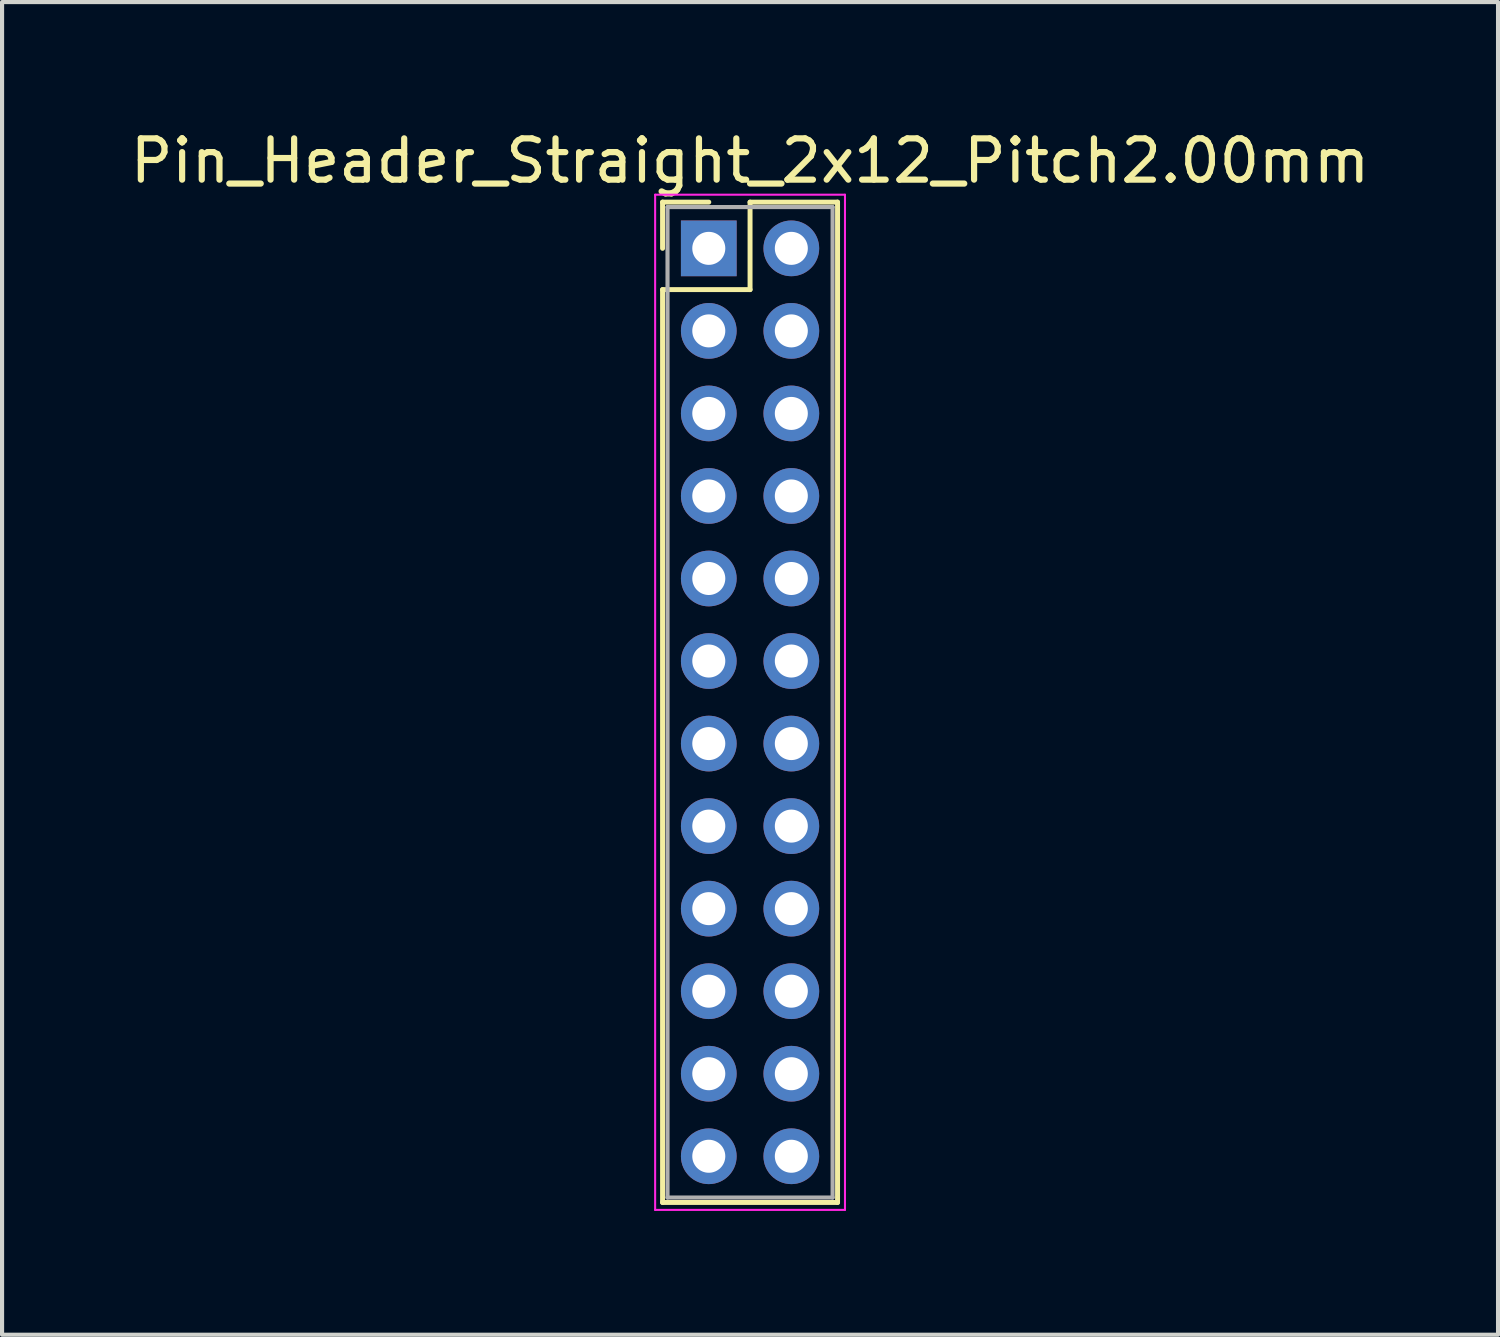
<source format=kicad_pcb>
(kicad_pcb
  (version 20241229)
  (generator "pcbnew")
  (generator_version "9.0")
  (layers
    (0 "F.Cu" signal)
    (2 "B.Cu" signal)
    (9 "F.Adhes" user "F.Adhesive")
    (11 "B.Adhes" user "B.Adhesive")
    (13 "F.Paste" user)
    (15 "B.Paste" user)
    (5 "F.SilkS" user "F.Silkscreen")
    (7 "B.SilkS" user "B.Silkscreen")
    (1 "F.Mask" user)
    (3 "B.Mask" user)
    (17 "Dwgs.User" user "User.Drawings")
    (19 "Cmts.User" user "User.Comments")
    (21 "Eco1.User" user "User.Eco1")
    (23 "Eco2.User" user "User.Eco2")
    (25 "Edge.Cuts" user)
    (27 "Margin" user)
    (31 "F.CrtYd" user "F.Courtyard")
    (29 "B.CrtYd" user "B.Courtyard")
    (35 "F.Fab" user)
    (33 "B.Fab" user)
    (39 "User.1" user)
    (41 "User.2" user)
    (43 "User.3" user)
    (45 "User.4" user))
  (footprint "Pin_Header_Straight_2x12_Pitch2.00mm"
    (layer "F.Cu")
    (at 14.125 2.968)
    (property "Reference" "Pin_Header_Straight_2x12_Pitch2.00mm" (at 1 -2.12 0) (layer "F.SilkS") (effects (font (size 1 1) (thickness 0.15))))
    (attr through_hole)
    (fp_line (start -1.12 -1.12) (end 0 -1.12) (stroke (width 0.12) (type solid)) (layer "F.SilkS"))
    (fp_line (start -1.12 0) (end -1.12 -1.12) (stroke (width 0.12) (type solid)) (layer "F.SilkS"))
    (fp_line (start -1.12 1) (end -1.12 23.12) (stroke (width 0.12) (type solid)) (layer "F.SilkS"))
    (fp_line (start -1.12 23.12) (end 3.12 23.12) (stroke (width 0.12) (type solid)) (layer "F.SilkS"))
    (fp_line (start 1 -1.12) (end 1 1) (stroke (width 0.12) (type solid)) (layer "F.SilkS"))
    (fp_line (start 1 1) (end -1.12 1) (stroke (width 0.12) (type solid)) (layer "F.SilkS"))
    (fp_line (start 3.12 -1.12) (end 1 -1.12) (stroke (width 0.12) (type solid)) (layer "F.SilkS"))
    (fp_line (start 3.12 23.12) (end 3.12 -1.12) (stroke (width 0.12) (type solid)) (layer "F.SilkS"))
    (fp_line (start -1.3 -1.3) (end -1.3 23.3) (stroke (width 0.05) (type solid)) (layer "F.CrtYd"))
    (fp_line (start -1.3 23.3) (end 3.3 23.3) (stroke (width 0.05) (type solid)) (layer "F.CrtYd"))
    (fp_line (start 3.3 -1.3) (end -1.3 -1.3) (stroke (width 0.05) (type solid)) (layer "F.CrtYd"))
    (fp_line (start 3.3 23.3) (end 3.3 -1.3) (stroke (width 0.05) (type solid)) (layer "F.CrtYd"))
    (fp_line (start -1 -1) (end -1 23) (stroke (width 0.1) (type solid)) (layer "F.Fab"))
    (fp_line (start -1 23) (end 3 23) (stroke (width 0.1) (type solid)) (layer "F.Fab"))
    (fp_line (start 3 -1) (end -1 -1) (stroke (width 0.1) (type solid)) (layer "F.Fab"))
    (fp_line (start 3 23) (end 3 -1) (stroke (width 0.1) (type solid)) (layer "F.Fab"))
    (pad "1" thru_hole rect (at 0 0) (size 1.35 1.35) (drill 0.8) (layers "*.Cu" "*.Mask"))
    (pad "2" thru_hole oval (at 2 0) (size 1.35 1.35) (drill 0.8) (layers "*.Cu" "*.Mask"))
    (pad "3" thru_hole oval (at 0 2) (size 1.35 1.35) (drill 0.8) (layers "*.Cu" "*.Mask"))
    (pad "4" thru_hole oval (at 2 2) (size 1.35 1.35) (drill 0.8) (layers "*.Cu" "*.Mask"))
    (pad "5" thru_hole oval (at 0 4) (size 1.35 1.35) (drill 0.8) (layers "*.Cu" "*.Mask"))
    (pad "6" thru_hole oval (at 2 4) (size 1.35 1.35) (drill 0.8) (layers "*.Cu" "*.Mask"))
    (pad "7" thru_hole oval (at 0 6) (size 1.35 1.35) (drill 0.8) (layers "*.Cu" "*.Mask"))
    (pad "8" thru_hole oval (at 2 6) (size 1.35 1.35) (drill 0.8) (layers "*.Cu" "*.Mask"))
    (pad "9" thru_hole oval (at 0 8) (size 1.35 1.35) (drill 0.8) (layers "*.Cu" "*.Mask"))
    (pad "10" thru_hole oval (at 2 8) (size 1.35 1.35) (drill 0.8) (layers "*.Cu" "*.Mask"))
    (pad "11" thru_hole oval (at 0 10) (size 1.35 1.35) (drill 0.8) (layers "*.Cu" "*.Mask"))
    (pad "12" thru_hole oval (at 2 10) (size 1.35 1.35) (drill 0.8) (layers "*.Cu" "*.Mask"))
    (pad "13" thru_hole oval (at 0 12) (size 1.35 1.35) (drill 0.8) (layers "*.Cu" "*.Mask"))
    (pad "14" thru_hole oval (at 2 12) (size 1.35 1.35) (drill 0.8) (layers "*.Cu" "*.Mask"))
    (pad "15" thru_hole oval (at 0 14) (size 1.35 1.35) (drill 0.8) (layers "*.Cu" "*.Mask"))
    (pad "16" thru_hole oval (at 2 14) (size 1.35 1.35) (drill 0.8) (layers "*.Cu" "*.Mask"))
    (pad "17" thru_hole oval (at 0 16) (size 1.35 1.35) (drill 0.8) (layers "*.Cu" "*.Mask"))
    (pad "18" thru_hole oval (at 2 16) (size 1.35 1.35) (drill 0.8) (layers "*.Cu" "*.Mask"))
    (pad "19" thru_hole oval (at 0 18) (size 1.35 1.35) (drill 0.8) (layers "*.Cu" "*.Mask"))
    (pad "20" thru_hole oval (at 2 18) (size 1.35 1.35) (drill 0.8) (layers "*.Cu" "*.Mask"))
    (pad "21" thru_hole oval (at 0 20) (size 1.35 1.35) (drill 0.8) (layers "*.Cu" "*.Mask"))
    (pad "22" thru_hole oval (at 2 20) (size 1.35 1.35) (drill 0.8) (layers "*.Cu" "*.Mask"))
    (pad "23" thru_hole oval (at 0 22) (size 1.35 1.35) (drill 0.8) (layers "*.Cu" "*.Mask"))
    (pad "24" thru_hole oval (at 2 22) (size 1.35 1.35) (drill 0.8) (layers "*.Cu" "*.Mask")))
  (gr_rect
    (start -3 -3)
    (end 33.25 29.293)
    (stroke (width 0.1) (type default))
    (fill no)
    (layer "Edge.Cuts")))
</source>
